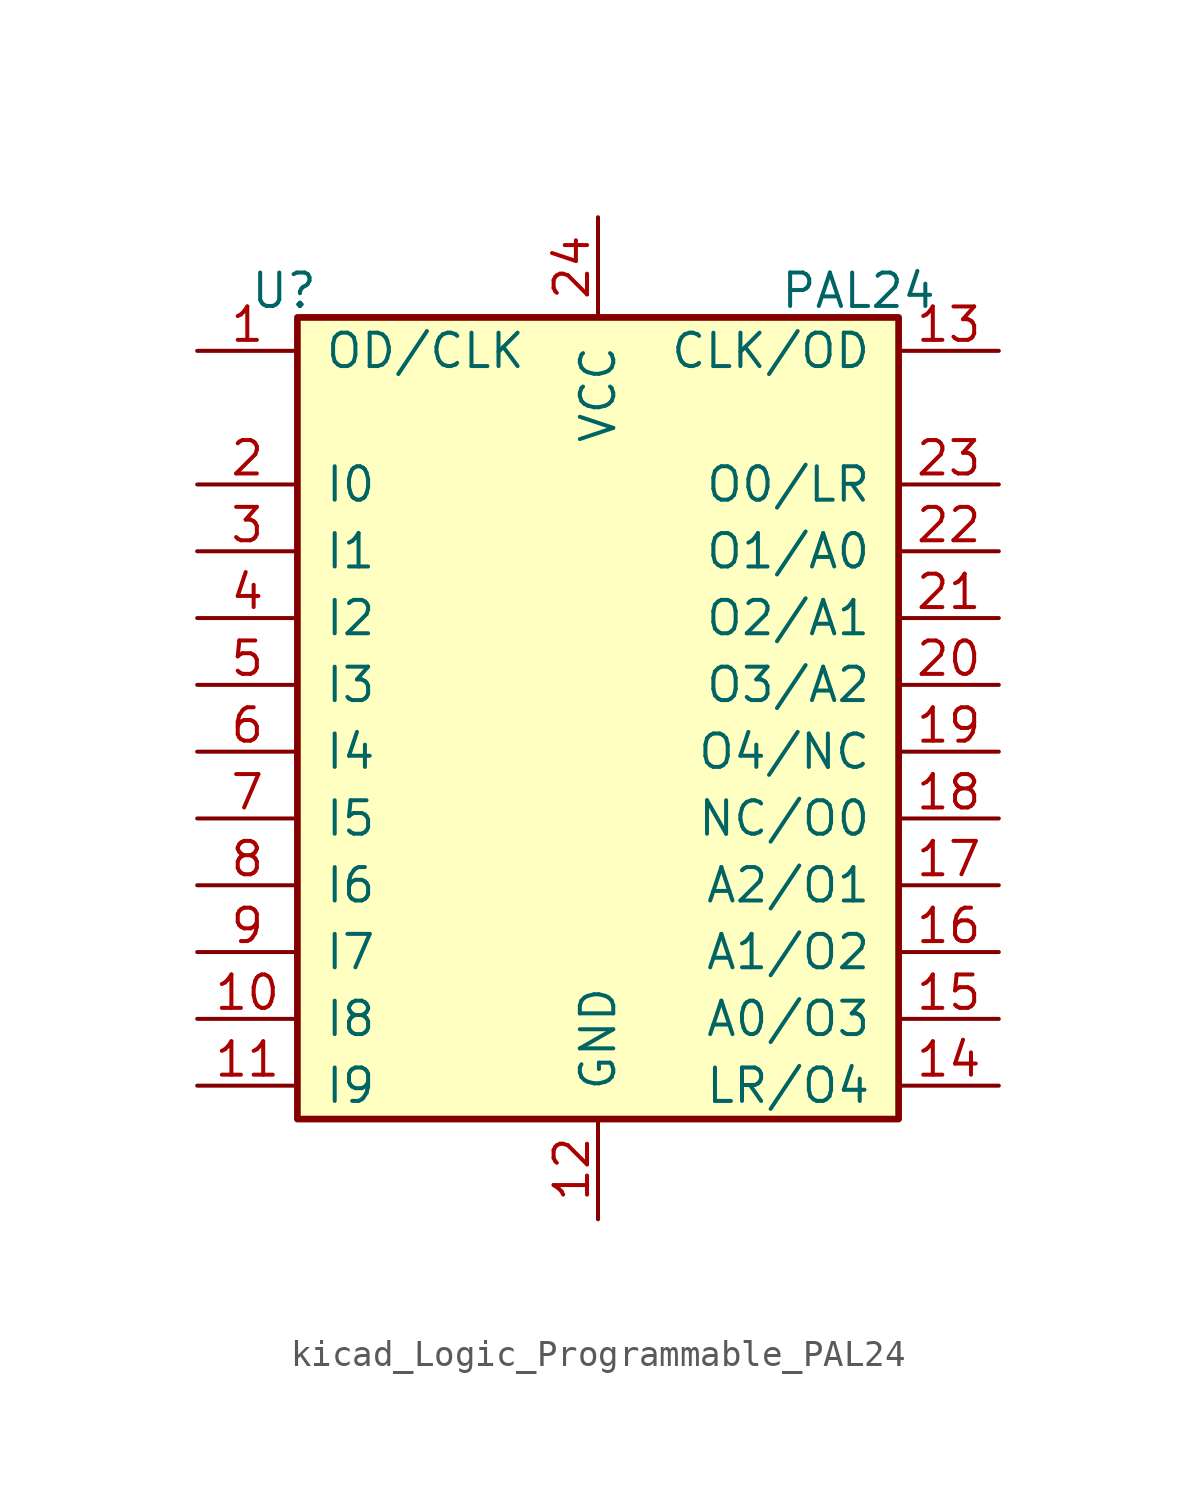
<source format=kicad_sym>
(kicad_symbol_lib
  (version 20220914)
  (generator kicad_symbol_editor)
  (symbol "kicad_Logic_Programmable_PAL24"
    (pin_names
      (offset 1.016))
    (property "Reference" "U"
      (at -11.938 17.526 0)
      (effects (font (size 1.27 1.27))))
    (property "Value" "PAL24"
      (at 9.906 17.526 0)
      (effects (font (size 1.27 1.27))))
    (symbol "kicad_Logic_Programmable_PAL24_0_1"
      (rectangle (start -11.43 -13.97) (end 11.43 16.51) (stroke (width 0.254) (type default)) (fill (type background))))
    (symbol "kicad_Logic_Programmable_PAL24_1_1"
      (pin passive line (at -15.24 15.24 0) (length 3.81) (name "OD/CLK" (effects (font (size 1.27 1.27)))) (number "1" (effects (font (size 1.27 1.27)))))
      (pin passive line (at -15.24 -10.16 0) (length 3.81) (name "I8" (effects (font (size 1.27 1.27)))) (number "10" (effects (font (size 1.27 1.27)))))
      (pin passive line (at -15.24 -12.7 0) (length 3.81) (name "I9" (effects (font (size 1.27 1.27)))) (number "11" (effects (font (size 1.27 1.27)))))
      (pin passive line (at 0 -17.78 90) (length 3.81) (name "GND" (effects (font (size 1.27 1.27)))) (number "12" (effects (font (size 1.27 1.27)))))
      (pin passive line (at 15.24 15.24 180) (length 3.81) (name "CLK/OD" (effects (font (size 1.27 1.27)))) (number "13" (effects (font (size 1.27 1.27)))))
      (pin passive line (at 15.24 -12.7 180) (length 3.81) (name "LR/O4" (effects (font (size 1.27 1.27)))) (number "14" (effects (font (size 1.27 1.27)))))
      (pin passive line (at 15.24 -10.16 180) (length 3.81) (name "A0/O3" (effects (font (size 1.27 1.27)))) (number "15" (effects (font (size 1.27 1.27)))))
      (pin passive line (at 15.24 -7.62 180) (length 3.81) (name "A1/O2" (effects (font (size 1.27 1.27)))) (number "16" (effects (font (size 1.27 1.27)))))
      (pin passive line (at 15.24 -5.08 180) (length 3.81) (name "A2/O1" (effects (font (size 1.27 1.27)))) (number "17" (effects (font (size 1.27 1.27)))))
      (pin passive line (at 15.24 -2.54 180) (length 3.81) (name "NC/O0" (effects (font (size 1.27 1.27)))) (number "18" (effects (font (size 1.27 1.27)))))
      (pin passive line (at 15.24 0 180) (length 3.81) (name "O4/NC" (effects (font (size 1.27 1.27)))) (number "19" (effects (font (size 1.27 1.27)))))
      (pin passive line (at -15.24 10.16 0) (length 3.81) (name "I0" (effects (font (size 1.27 1.27)))) (number "2" (effects (font (size 1.27 1.27)))))
      (pin passive line (at 15.24 2.54 180) (length 3.81) (name "O3/A2" (effects (font (size 1.27 1.27)))) (number "20" (effects (font (size 1.27 1.27)))))
      (pin passive line (at 15.24 5.08 180) (length 3.81) (name "O2/A1" (effects (font (size 1.27 1.27)))) (number "21" (effects (font (size 1.27 1.27)))))
      (pin passive line (at 15.24 7.62 180) (length 3.81) (name "O1/A0" (effects (font (size 1.27 1.27)))) (number "22" (effects (font (size 1.27 1.27)))))
      (pin passive line (at 15.24 10.16 180) (length 3.81) (name "O0/LR" (effects (font (size 1.27 1.27)))) (number "23" (effects (font (size 1.27 1.27)))))
      (pin passive line (at 0 20.32 270) (length 3.81) (name "VCC" (effects (font (size 1.27 1.27)))) (number "24" (effects (font (size 1.27 1.27)))))
      (pin passive line (at -15.24 7.62 0) (length 3.81) (name "I1" (effects (font (size 1.27 1.27)))) (number "3" (effects (font (size 1.27 1.27)))))
      (pin passive line (at -15.24 5.08 0) (length 3.81) (name "I2" (effects (font (size 1.27 1.27)))) (number "4" (effects (font (size 1.27 1.27)))))
      (pin passive line (at -15.24 2.54 0) (length 3.81) (name "I3" (effects (font (size 1.27 1.27)))) (number "5" (effects (font (size 1.27 1.27)))))
      (pin passive line (at -15.24 0 0) (length 3.81) (name "I4" (effects (font (size 1.27 1.27)))) (number "6" (effects (font (size 1.27 1.27)))))
      (pin passive line (at -15.24 -2.54 0) (length 3.81) (name "I5" (effects (font (size 1.27 1.27)))) (number "7" (effects (font (size 1.27 1.27)))))
      (pin passive line (at -15.24 -5.08 0) (length 3.81) (name "I6" (effects (font (size 1.27 1.27)))) (number "8" (effects (font (size 1.27 1.27)))))
      (pin passive line (at -15.24 -7.62 0) (length 3.81) (name "I7" (effects (font (size 1.27 1.27)))) (number "9" (effects (font (size 1.27 1.27))))))))
</source>
